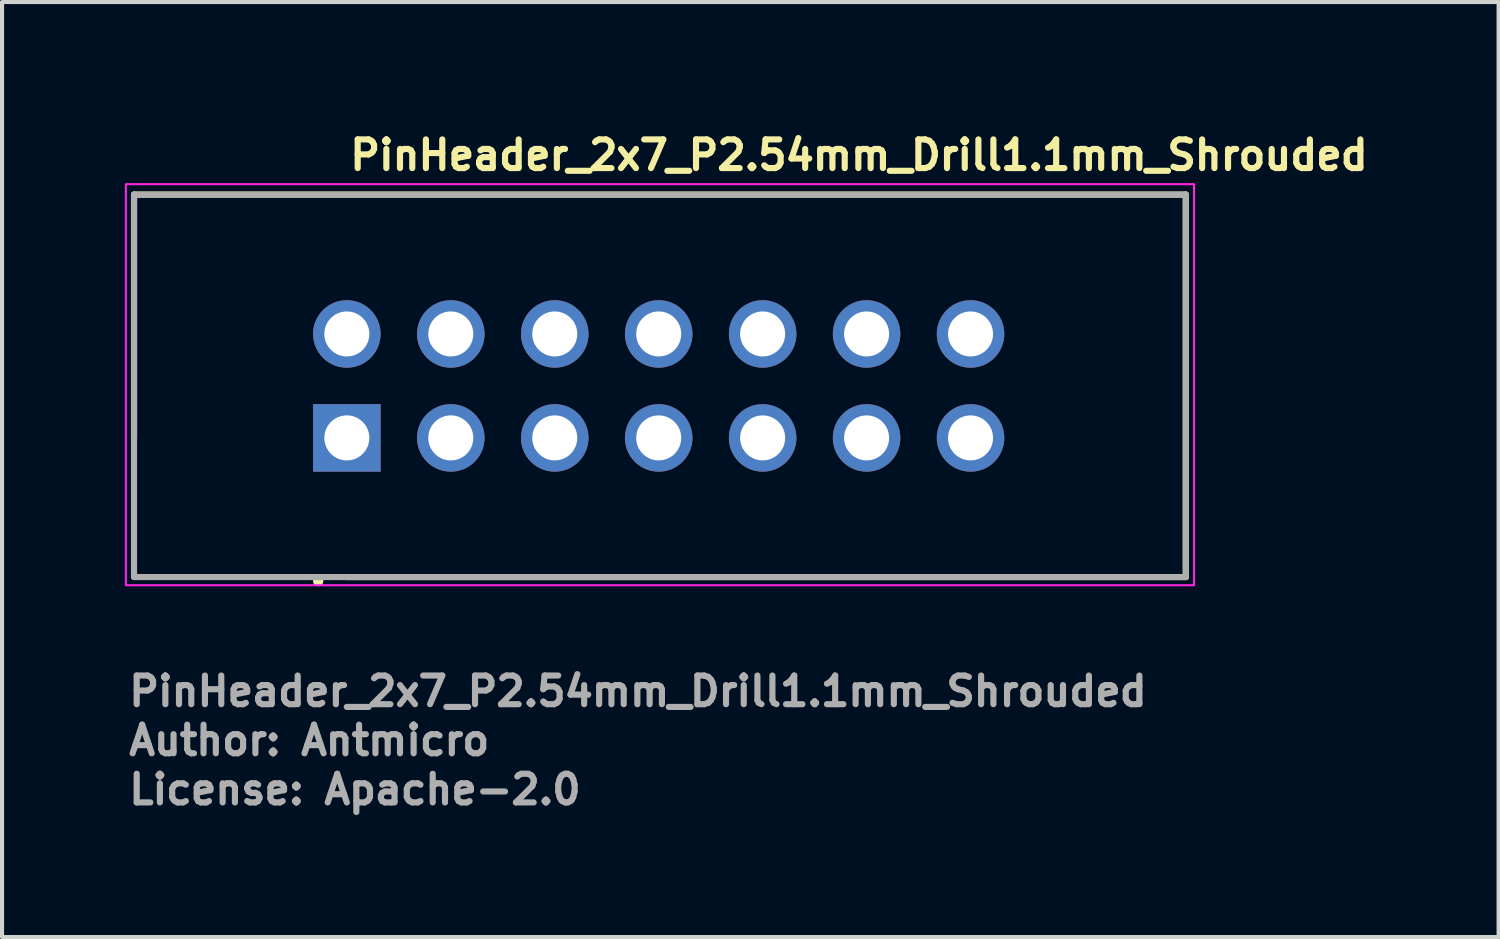
<source format=kicad_pcb>
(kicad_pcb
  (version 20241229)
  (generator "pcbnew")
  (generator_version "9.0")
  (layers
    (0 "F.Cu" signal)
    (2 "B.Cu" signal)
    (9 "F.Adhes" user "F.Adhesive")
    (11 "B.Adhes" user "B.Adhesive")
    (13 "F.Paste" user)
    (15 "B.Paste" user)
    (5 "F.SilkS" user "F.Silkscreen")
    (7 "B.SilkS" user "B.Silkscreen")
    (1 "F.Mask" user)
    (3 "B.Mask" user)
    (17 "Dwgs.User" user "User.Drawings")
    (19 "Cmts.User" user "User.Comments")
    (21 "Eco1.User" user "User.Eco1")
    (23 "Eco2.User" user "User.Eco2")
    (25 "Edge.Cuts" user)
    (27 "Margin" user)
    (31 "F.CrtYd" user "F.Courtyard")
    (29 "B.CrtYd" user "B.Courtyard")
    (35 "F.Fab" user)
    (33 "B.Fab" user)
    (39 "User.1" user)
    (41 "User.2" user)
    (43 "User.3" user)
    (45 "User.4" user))
  (footprint "PinHeader_2x7_P2.54mm_Drill1.1mm_Shrouded"
    (layer "F.Cu")
    (at 5.425 7.65)
    (property "Reference" "PinHeader_2x7_P2.54mm_Drill1.1mm_Shrouded" (at 0 -6.5 0) (layer "F.SilkS") (effects (font (size 0.7 0.7) (thickness 0.15)) (justify left bottom)))
    (attr through_hole)
    (fp_line (start -5.2 -5.945) (end -5.2 0) (stroke (width 0.15) (type solid)) (layer "F.SilkS"))
    (fp_line (start 0 3.4) (end 20.5 3.4) (stroke (width 0.15) (type solid)) (layer "F.SilkS"))
    (fp_line (start 20.5 -5.945) (end -5.2 -5.945) (stroke (width 0.15) (type solid)) (layer "F.SilkS"))
    (fp_line (start 20.5 3.4) (end 20.5 -5.945) (stroke (width 0.15) (type solid)) (layer "F.SilkS"))
    (fp_circle (center -0.7 3.5) (end -0.65 3.5) (stroke (width 0.15) (type solid)) (fill yes) (layer "F.SilkS"))
    (fp_rect (start -5.4 -6.2) (end 20.7 3.6) (stroke (width 0.05) (type solid)) (fill no) (layer "F.CrtYd"))
    (fp_line (start -5.2 -5.945) (end 20.5 -5.945) (stroke (width 0.15) (type solid)) (layer "F.Fab"))
    (fp_line (start -5.2 3.4) (end -5.2 -5.945) (stroke (width 0.15) (type solid)) (layer "F.Fab"))
    (fp_line (start 20.5 -5.945) (end 20.5 3.4) (stroke (width 0.15) (type solid)) (layer "F.Fab"))
    (fp_line (start 20.5 3.4) (end -5.2 3.4) (stroke (width 0.15) (type solid)) (layer "F.Fab"))
    (fp_rect (start -5.1 3.3) (end 20.34 -5.8) (stroke (width 0.1) (type solid)) (fill no) (layer "User.5"))
    (fp_line (start -5.105 -5.815) (end 20.335 -5.815) (stroke (width 0.02) (type solid)) (layer "User.9"))
    (fp_line (start -5.105 3.285) (end -5.105 -5.815) (stroke (width 0.02) (type solid)) (layer "User.9"))
    (fp_line (start -5.105 3.285) (end -1.275 3.285) (stroke (width 0.02) (type solid)) (layer "User.9"))
    (fp_line (start -3.74 -4.45) (end 18.97 -4.45) (stroke (width 0.02) (type solid)) (layer "User.9"))
    (fp_line (start -3.74 1.92) (end -3.74 -4.45) (stroke (width 0.02) (type solid)) (layer "User.9"))
    (fp_line (start -3.74 1.92) (end 18.97 1.92) (stroke (width 0.02) (type solid)) (layer "User.9"))
    (fp_line (start -1.275 3.09) (end 1.265 3.09) (stroke (width 0.02) (type solid)) (layer "User.9"))
    (fp_line (start -1.275 3.285) (end -1.275 3.09) (stroke (width 0.02) (type solid)) (layer "User.9"))
    (fp_line (start -1.275 3.285) (end -0.005 3.285) (stroke (width 0.02) (type solid)) (layer "User.9"))
    (fp_line (start -0.325 -2.855) (end -0.069 -2.599) (stroke (width 0.02) (type solid)) (layer "User.9"))
    (fp_line (start -0.325 -2.855) (end 0.315 -2.855) (stroke (width 0.02) (type solid)) (layer "User.9"))
    (fp_line (start -0.325 -2.215) (end -0.325 -2.855) (stroke (width 0.02) (type solid)) (layer "User.9"))
    (fp_line (start -0.325 -2.215) (end -0.069 -2.471) (stroke (width 0.02) (type solid)) (layer "User.9"))
    (fp_line (start -0.325 -2.215) (end 0.315 -2.215) (stroke (width 0.02) (type solid)) (layer "User.9"))
    (fp_line (start -0.325 -0.315) (end -0.069 -0.059) (stroke (width 0.02) (type solid)) (layer "User.9"))
    (fp_line (start -0.325 -0.315) (end 0.315 -0.315) (stroke (width 0.02) (type solid)) (layer "User.9"))
    (fp_line (start -0.325 0.325) (end -0.325 -0.315) (stroke (width 0.02) (type solid)) (layer "User.9"))
    (fp_line (start -0.325 0.325) (end -0.069 0.069) (stroke (width 0.02) (type solid)) (layer "User.9"))
    (fp_line (start -0.325 0.325) (end 0.315 0.325) (stroke (width 0.02) (type solid)) (layer "User.9"))
    (fp_line (start -0.069 -2.599) (end 0.059 -2.599) (stroke (width 0.02) (type solid)) (layer "User.9"))
    (fp_line (start -0.069 -2.471) (end -0.069 -2.599) (stroke (width 0.02) (type solid)) (layer "User.9"))
    (fp_line (start -0.069 -2.471) (end 0.059 -2.471) (stroke (width 0.02) (type solid)) (layer "User.9"))
    (fp_line (start -0.069 -0.059) (end 0.059 -0.059) (stroke (width 0.02) (type solid)) (layer "User.9"))
    (fp_line (start -0.069 0.069) (end -0.069 -0.059) (stroke (width 0.02) (type solid)) (layer "User.9"))
    (fp_line (start -0.069 0.069) (end 0.059 0.069) (stroke (width 0.02) (type solid)) (layer "User.9"))
    (fp_line (start -0.005 3.285) (end -0.005 3.09) (stroke (width 0.02) (type solid)) (layer "User.9"))
    (fp_line (start 0.059 -2.471) (end 0.059 -2.599) (stroke (width 0.02) (type solid)) (layer "User.9"))
    (fp_line (start 0.059 0.069) (end 0.059 -0.059) (stroke (width 0.02) (type solid)) (layer "User.9"))
    (fp_line (start 0.315 -2.855) (end 0.059 -2.599) (stroke (width 0.02) (type solid)) (layer "User.9"))
    (fp_line (start 0.315 -2.215) (end 0.059 -2.471) (stroke (width 0.02) (type solid)) (layer "User.9"))
    (fp_line (start 0.315 -2.215) (end 0.315 -2.855) (stroke (width 0.02) (type solid)) (layer "User.9"))
    (fp_line (start 0.315 -0.315) (end 0.059 -0.059) (stroke (width 0.02) (type solid)) (layer "User.9"))
    (fp_line (start 0.315 0.325) (end 0.059 0.069) (stroke (width 0.02) (type solid)) (layer "User.9"))
    (fp_line (start 0.315 0.325) (end 0.315 -0.315) (stroke (width 0.02) (type solid)) (layer "User.9"))
    (fp_line (start 1.265 3.285) (end -0.005 3.285) (stroke (width 0.02) (type solid)) (layer "User.9"))
    (fp_line (start 1.265 3.285) (end 1.265 3.09) (stroke (width 0.02) (type solid)) (layer "User.9"))
    (fp_line (start 1.265 3.285) (end 20.335 3.285) (stroke (width 0.02) (type solid)) (layer "User.9"))
    (fp_line (start 2.215 -2.855) (end 2.471 -2.599) (stroke (width 0.02) (type solid)) (layer "User.9"))
    (fp_line (start 2.215 -2.855) (end 2.855 -2.855) (stroke (width 0.02) (type solid)) (layer "User.9"))
    (fp_line (start 2.215 -2.215) (end 2.215 -2.855) (stroke (width 0.02) (type solid)) (layer "User.9"))
    (fp_line (start 2.215 -2.215) (end 2.471 -2.471) (stroke (width 0.02) (type solid)) (layer "User.9"))
    (fp_line (start 2.215 -2.215) (end 2.855 -2.215) (stroke (width 0.02) (type solid)) (layer "User.9"))
    (fp_line (start 2.215 -0.315) (end 2.471 -0.059) (stroke (width 0.02) (type solid)) (layer "User.9"))
    (fp_line (start 2.215 -0.315) (end 2.855 -0.315) (stroke (width 0.02) (type solid)) (layer "User.9"))
    (fp_line (start 2.215 0.325) (end 2.215 -0.315) (stroke (width 0.02) (type solid)) (layer "User.9"))
    (fp_line (start 2.215 0.325) (end 2.471 0.069) (stroke (width 0.02) (type solid)) (layer "User.9"))
    (fp_line (start 2.215 0.325) (end 2.855 0.325) (stroke (width 0.02) (type solid)) (layer "User.9"))
    (fp_line (start 2.471 -2.599) (end 2.599 -2.599) (stroke (width 0.02) (type solid)) (layer "User.9"))
    (fp_line (start 2.471 -2.471) (end 2.471 -2.599) (stroke (width 0.02) (type solid)) (layer "User.9"))
    (fp_line (start 2.471 -2.471) (end 2.599 -2.471) (stroke (width 0.02) (type solid)) (layer "User.9"))
    (fp_line (start 2.471 -0.059) (end 2.599 -0.059) (stroke (width 0.02) (type solid)) (layer "User.9"))
    (fp_line (start 2.471 0.069) (end 2.471 -0.059) (stroke (width 0.02) (type solid)) (layer "User.9"))
    (fp_line (start 2.471 0.069) (end 2.599 0.069) (stroke (width 0.02) (type solid)) (layer "User.9"))
    (fp_line (start 2.599 -2.471) (end 2.599 -2.599) (stroke (width 0.02) (type solid)) (layer "User.9"))
    (fp_line (start 2.599 0.069) (end 2.599 -0.059) (stroke (width 0.02) (type solid)) (layer "User.9"))
    (fp_line (start 2.855 -2.855) (end 2.599 -2.599) (stroke (width 0.02) (type solid)) (layer "User.9"))
    (fp_line (start 2.855 -2.215) (end 2.599 -2.471) (stroke (width 0.02) (type solid)) (layer "User.9"))
    (fp_line (start 2.855 -2.215) (end 2.855 -2.855) (stroke (width 0.02) (type solid)) (layer "User.9"))
    (fp_line (start 2.855 -0.315) (end 2.599 -0.059) (stroke (width 0.02) (type solid)) (layer "User.9"))
    (fp_line (start 2.855 0.325) (end 2.599 0.069) (stroke (width 0.02) (type solid)) (layer "User.9"))
    (fp_line (start 2.855 0.325) (end 2.855 -0.315) (stroke (width 0.02) (type solid)) (layer "User.9"))
    (fp_line (start 4.755 -2.855) (end 5.011 -2.599) (stroke (width 0.02) (type solid)) (layer "User.9"))
    (fp_line (start 4.755 -2.855) (end 5.395 -2.855) (stroke (width 0.02) (type solid)) (layer "User.9"))
    (fp_line (start 4.755 -2.215) (end 4.755 -2.855) (stroke (width 0.02) (type solid)) (layer "User.9"))
    (fp_line (start 4.755 -2.215) (end 5.011 -2.471) (stroke (width 0.02) (type solid)) (layer "User.9"))
    (fp_line (start 4.755 -2.215) (end 5.395 -2.215) (stroke (width 0.02) (type solid)) (layer "User.9"))
    (fp_line (start 4.755 -0.315) (end 5.011 -0.059) (stroke (width 0.02) (type solid)) (layer "User.9"))
    (fp_line (start 4.755 -0.315) (end 5.395 -0.315) (stroke (width 0.02) (type solid)) (layer "User.9"))
    (fp_line (start 4.755 0.325) (end 4.755 -0.315) (stroke (width 0.02) (type solid)) (layer "User.9"))
    (fp_line (start 4.755 0.325) (end 5.011 0.069) (stroke (width 0.02) (type solid)) (layer "User.9"))
    (fp_line (start 4.755 0.325) (end 5.395 0.325) (stroke (width 0.02) (type solid)) (layer "User.9"))
    (fp_line (start 5.011 -2.599) (end 5.139 -2.599) (stroke (width 0.02) (type solid)) (layer "User.9"))
    (fp_line (start 5.011 -2.471) (end 5.011 -2.599) (stroke (width 0.02) (type solid)) (layer "User.9"))
    (fp_line (start 5.011 -2.471) (end 5.139 -2.471) (stroke (width 0.02) (type solid)) (layer "User.9"))
    (fp_line (start 5.011 -0.059) (end 5.139 -0.059) (stroke (width 0.02) (type solid)) (layer "User.9"))
    (fp_line (start 5.011 0.069) (end 5.011 -0.059) (stroke (width 0.02) (type solid)) (layer "User.9"))
    (fp_line (start 5.011 0.069) (end 5.139 0.069) (stroke (width 0.02) (type solid)) (layer "User.9"))
    (fp_line (start 5.139 -2.471) (end 5.139 -2.599) (stroke (width 0.02) (type solid)) (layer "User.9"))
    (fp_line (start 5.139 0.069) (end 5.139 -0.059) (stroke (width 0.02) (type solid)) (layer "User.9"))
    (fp_line (start 5.395 -2.855) (end 5.139 -2.599) (stroke (width 0.02) (type solid)) (layer "User.9"))
    (fp_line (start 5.395 -2.215) (end 5.139 -2.471) (stroke (width 0.02) (type solid)) (layer "User.9"))
    (fp_line (start 5.395 -2.215) (end 5.395 -2.855) (stroke (width 0.02) (type solid)) (layer "User.9"))
    (fp_line (start 5.395 -0.315) (end 5.139 -0.059) (stroke (width 0.02) (type solid)) (layer "User.9"))
    (fp_line (start 5.395 0.325) (end 5.139 0.069) (stroke (width 0.02) (type solid)) (layer "User.9"))
    (fp_line (start 5.395 0.325) (end 5.395 -0.315) (stroke (width 0.02) (type solid)) (layer "User.9"))
    (fp_line (start 7.295 -2.855) (end 7.551 -2.599) (stroke (width 0.02) (type solid)) (layer "User.9"))
    (fp_line (start 7.295 -2.855) (end 7.935 -2.855) (stroke (width 0.02) (type solid)) (layer "User.9"))
    (fp_line (start 7.295 -2.215) (end 7.295 -2.855) (stroke (width 0.02) (type solid)) (layer "User.9"))
    (fp_line (start 7.295 -2.215) (end 7.551 -2.471) (stroke (width 0.02) (type solid)) (layer "User.9"))
    (fp_line (start 7.295 -2.215) (end 7.935 -2.215) (stroke (width 0.02) (type solid)) (layer "User.9"))
    (fp_line (start 7.295 -0.315) (end 7.551 -0.059) (stroke (width 0.02) (type solid)) (layer "User.9"))
    (fp_line (start 7.295 -0.315) (end 7.935 -0.315) (stroke (width 0.02) (type solid)) (layer "User.9"))
    (fp_line (start 7.295 0.325) (end 7.295 -0.315) (stroke (width 0.02) (type solid)) (layer "User.9"))
    (fp_line (start 7.295 0.325) (end 7.551 0.069) (stroke (width 0.02) (type solid)) (layer "User.9"))
    (fp_line (start 7.295 0.325) (end 7.935 0.325) (stroke (width 0.02) (type solid)) (layer "User.9"))
    (fp_line (start 7.551 -2.599) (end 7.679 -2.599) (stroke (width 0.02) (type solid)) (layer "User.9"))
    (fp_line (start 7.551 -2.471) (end 7.551 -2.599) (stroke (width 0.02) (type solid)) (layer "User.9"))
    (fp_line (start 7.551 -2.471) (end 7.679 -2.471) (stroke (width 0.02) (type solid)) (layer "User.9"))
    (fp_line (start 7.551 -0.059) (end 7.679 -0.059) (stroke (width 0.02) (type solid)) (layer "User.9"))
    (fp_line (start 7.551 0.069) (end 7.551 -0.059) (stroke (width 0.02) (type solid)) (layer "User.9"))
    (fp_line (start 7.551 0.069) (end 7.679 0.069) (stroke (width 0.02) (type solid)) (layer "User.9"))
    (fp_line (start 7.679 -2.471) (end 7.679 -2.599) (stroke (width 0.02) (type solid)) (layer "User.9"))
    (fp_line (start 7.679 0.069) (end 7.679 -0.059) (stroke (width 0.02) (type solid)) (layer "User.9"))
    (fp_line (start 7.935 -2.855) (end 7.679 -2.599) (stroke (width 0.02) (type solid)) (layer "User.9"))
    (fp_line (start 7.935 -2.215) (end 7.679 -2.471) (stroke (width 0.02) (type solid)) (layer "User.9"))
    (fp_line (start 7.935 -2.215) (end 7.935 -2.855) (stroke (width 0.02) (type solid)) (layer "User.9"))
    (fp_line (start 7.935 -0.315) (end 7.679 -0.059) (stroke (width 0.02) (type solid)) (layer "User.9"))
    (fp_line (start 7.935 0.325) (end 7.679 0.069) (stroke (width 0.02) (type solid)) (layer "User.9"))
    (fp_line (start 7.935 0.325) (end 7.935 -0.315) (stroke (width 0.02) (type solid)) (layer "User.9"))
    (fp_line (start 9.835 -2.855) (end 10.091 -2.599) (stroke (width 0.02) (type solid)) (layer "User.9"))
    (fp_line (start 9.835 -2.855) (end 10.475 -2.855) (stroke (width 0.02) (type solid)) (layer "User.9"))
    (fp_line (start 9.835 -2.215) (end 9.835 -2.855) (stroke (width 0.02) (type solid)) (layer "User.9"))
    (fp_line (start 9.835 -2.215) (end 10.091 -2.471) (stroke (width 0.02) (type solid)) (layer "User.9"))
    (fp_line (start 9.835 -2.215) (end 10.475 -2.215) (stroke (width 0.02) (type solid)) (layer "User.9"))
    (fp_line (start 9.835 -0.315) (end 10.091 -0.059) (stroke (width 0.02) (type solid)) (layer "User.9"))
    (fp_line (start 9.835 -0.315) (end 10.475 -0.315) (stroke (width 0.02) (type solid)) (layer "User.9"))
    (fp_line (start 9.835 0.325) (end 9.835 -0.315) (stroke (width 0.02) (type solid)) (layer "User.9"))
    (fp_line (start 9.835 0.325) (end 10.091 0.069) (stroke (width 0.02) (type solid)) (layer "User.9"))
    (fp_line (start 9.835 0.325) (end 10.475 0.325) (stroke (width 0.02) (type solid)) (layer "User.9"))
    (fp_line (start 10.091 -2.599) (end 10.219 -2.599) (stroke (width 0.02) (type solid)) (layer "User.9"))
    (fp_line (start 10.091 -2.471) (end 10.091 -2.599) (stroke (width 0.02) (type solid)) (layer "User.9"))
    (fp_line (start 10.091 -2.471) (end 10.219 -2.471) (stroke (width 0.02) (type solid)) (layer "User.9"))
    (fp_line (start 10.091 -0.059) (end 10.219 -0.059) (stroke (width 0.02) (type solid)) (layer "User.9"))
    (fp_line (start 10.091 0.069) (end 10.091 -0.059) (stroke (width 0.02) (type solid)) (layer "User.9"))
    (fp_line (start 10.091 0.069) (end 10.219 0.069) (stroke (width 0.02) (type solid)) (layer "User.9"))
    (fp_line (start 10.219 -2.471) (end 10.219 -2.599) (stroke (width 0.02) (type solid)) (layer "User.9"))
    (fp_line (start 10.219 0.069) (end 10.219 -0.059) (stroke (width 0.02) (type solid)) (layer "User.9"))
    (fp_line (start 10.475 -2.855) (end 10.219 -2.599) (stroke (width 0.02) (type solid)) (layer "User.9"))
    (fp_line (start 10.475 -2.215) (end 10.219 -2.471) (stroke (width 0.02) (type solid)) (layer "User.9"))
    (fp_line (start 10.475 -2.215) (end 10.475 -2.855) (stroke (width 0.02) (type solid)) (layer "User.9"))
    (fp_line (start 10.475 -0.315) (end 10.219 -0.059) (stroke (width 0.02) (type solid)) (layer "User.9"))
    (fp_line (start 10.475 0.325) (end 10.219 0.069) (stroke (width 0.02) (type solid)) (layer "User.9"))
    (fp_line (start 10.475 0.325) (end 10.475 -0.315) (stroke (width 0.02) (type solid)) (layer "User.9"))
    (fp_line (start 12.375 -2.855) (end 12.631 -2.599) (stroke (width 0.02) (type solid)) (layer "User.9"))
    (fp_line (start 12.375 -2.855) (end 13.015 -2.855) (stroke (width 0.02) (type solid)) (layer "User.9"))
    (fp_line (start 12.375 -2.215) (end 12.375 -2.855) (stroke (width 0.02) (type solid)) (layer "User.9"))
    (fp_line (start 12.375 -2.215) (end 12.631 -2.471) (stroke (width 0.02) (type solid)) (layer "User.9"))
    (fp_line (start 12.375 -2.215) (end 13.015 -2.215) (stroke (width 0.02) (type solid)) (layer "User.9"))
    (fp_line (start 12.375 -0.315) (end 12.631 -0.059) (stroke (width 0.02) (type solid)) (layer "User.9"))
    (fp_line (start 12.375 -0.315) (end 13.015 -0.315) (stroke (width 0.02) (type solid)) (layer "User.9"))
    (fp_line (start 12.375 0.325) (end 12.375 -0.315) (stroke (width 0.02) (type solid)) (layer "User.9"))
    (fp_line (start 12.375 0.325) (end 12.631 0.069) (stroke (width 0.02) (type solid)) (layer "User.9"))
    (fp_line (start 12.375 0.325) (end 13.015 0.325) (stroke (width 0.02) (type solid)) (layer "User.9"))
    (fp_line (start 12.631 -2.599) (end 12.759 -2.599) (stroke (width 0.02) (type solid)) (layer "User.9"))
    (fp_line (start 12.631 -2.471) (end 12.631 -2.599) (stroke (width 0.02) (type solid)) (layer "User.9"))
    (fp_line (start 12.631 -2.471) (end 12.759 -2.471) (stroke (width 0.02) (type solid)) (layer "User.9"))
    (fp_line (start 12.631 -0.059) (end 12.759 -0.059) (stroke (width 0.02) (type solid)) (layer "User.9"))
    (fp_line (start 12.631 0.069) (end 12.631 -0.059) (stroke (width 0.02) (type solid)) (layer "User.9"))
    (fp_line (start 12.631 0.069) (end 12.759 0.069) (stroke (width 0.02) (type solid)) (layer "User.9"))
    (fp_line (start 12.759 -2.471) (end 12.759 -2.599) (stroke (width 0.02) (type solid)) (layer "User.9"))
    (fp_line (start 12.759 0.069) (end 12.759 -0.059) (stroke (width 0.02) (type solid)) (layer "User.9"))
    (fp_line (start 13.015 -2.855) (end 12.759 -2.599) (stroke (width 0.02) (type solid)) (layer "User.9"))
    (fp_line (start 13.015 -2.215) (end 12.759 -2.471) (stroke (width 0.02) (type solid)) (layer "User.9"))
    (fp_line (start 13.015 -2.215) (end 13.015 -2.855) (stroke (width 0.02) (type solid)) (layer "User.9"))
    (fp_line (start 13.015 -0.315) (end 12.759 -0.059) (stroke (width 0.02) (type solid)) (layer "User.9"))
    (fp_line (start 13.015 0.325) (end 12.759 0.069) (stroke (width 0.02) (type solid)) (layer "User.9"))
    (fp_line (start 13.015 0.325) (end 13.015 -0.315) (stroke (width 0.02) (type solid)) (layer "User.9"))
    (fp_line (start 14.915 -2.855) (end 15.171 -2.599) (stroke (width 0.02) (type solid)) (layer "User.9"))
    (fp_line (start 14.915 -2.855) (end 15.555 -2.855) (stroke (width 0.02) (type solid)) (layer "User.9"))
    (fp_line (start 14.915 -2.215) (end 14.915 -2.855) (stroke (width 0.02) (type solid)) (layer "User.9"))
    (fp_line (start 14.915 -2.215) (end 15.171 -2.471) (stroke (width 0.02) (type solid)) (layer "User.9"))
    (fp_line (start 14.915 -2.215) (end 15.555 -2.215) (stroke (width 0.02) (type solid)) (layer "User.9"))
    (fp_line (start 14.915 -0.315) (end 15.171 -0.059) (stroke (width 0.02) (type solid)) (layer "User.9"))
    (fp_line (start 14.915 -0.315) (end 15.555 -0.315) (stroke (width 0.02) (type solid)) (layer "User.9"))
    (fp_line (start 14.915 0.325) (end 14.915 -0.315) (stroke (width 0.02) (type solid)) (layer "User.9"))
    (fp_line (start 14.915 0.325) (end 15.171 0.069) (stroke (width 0.02) (type solid)) (layer "User.9"))
    (fp_line (start 14.915 0.325) (end 15.555 0.325) (stroke (width 0.02) (type solid)) (layer "User.9"))
    (fp_line (start 15.171 -2.599) (end 15.299 -2.599) (stroke (width 0.02) (type solid)) (layer "User.9"))
    (fp_line (start 15.171 -2.471) (end 15.171 -2.599) (stroke (width 0.02) (type solid)) (layer "User.9"))
    (fp_line (start 15.171 -2.471) (end 15.299 -2.471) (stroke (width 0.02) (type solid)) (layer "User.9"))
    (fp_line (start 15.171 -0.059) (end 15.299 -0.059) (stroke (width 0.02) (type solid)) (layer "User.9"))
    (fp_line (start 15.171 0.069) (end 15.171 -0.059) (stroke (width 0.02) (type solid)) (layer "User.9"))
    (fp_line (start 15.171 0.069) (end 15.299 0.069) (stroke (width 0.02) (type solid)) (layer "User.9"))
    (fp_line (start 15.299 -2.471) (end 15.299 -2.599) (stroke (width 0.02) (type solid)) (layer "User.9"))
    (fp_line (start 15.299 0.069) (end 15.299 -0.059) (stroke (width 0.02) (type solid)) (layer "User.9"))
    (fp_line (start 15.555 -2.855) (end 15.299 -2.599) (stroke (width 0.02) (type solid)) (layer "User.9"))
    (fp_line (start 15.555 -2.215) (end 15.299 -2.471) (stroke (width 0.02) (type solid)) (layer "User.9"))
    (fp_line (start 15.555 -2.215) (end 15.555 -2.855) (stroke (width 0.02) (type solid)) (layer "User.9"))
    (fp_line (start 15.555 -0.315) (end 15.299 -0.059) (stroke (width 0.02) (type solid)) (layer "User.9"))
    (fp_line (start 15.555 0.325) (end 15.299 0.069) (stroke (width 0.02) (type solid)) (layer "User.9"))
    (fp_line (start 15.555 0.325) (end 15.555 -0.315) (stroke (width 0.02) (type solid)) (layer "User.9"))
    (fp_line (start 18.97 1.92) (end 18.97 -4.45) (stroke (width 0.02) (type solid)) (layer "User.9"))
    (fp_line (start 20.335 3.285) (end 20.335 -5.815) (stroke (width 0.02) (type solid)) (layer "User.9"))
    (fp_text user "Author: Antmicro" (at -5.4 7.8 0) (layer "F.Fab") (effects (font (size 0.7 0.7) (thickness 0.15)) (justify left bottom)))
    (fp_text user "License: Apache-2.0" (at -5.4 9 0) (layer "F.Fab") (effects (font (size 0.7 0.7) (thickness 0.15)) (justify left bottom)))
    (fp_text user "${REFERENCE}" (at -5.4 6.6 0) (layer "F.Fab") (effects (font (size 0.7 0.7) (thickness 0.15)) (justify left bottom)))
    (pad "1" thru_hole rect (at 0 0) (size 1.65 1.65) (drill 1.1) (layers "*.Cu" "*.Mask"))
    (pad "2" thru_hole circle (at 0 -2.54) (size 1.65 1.65) (drill 1.1) (layers "*.Cu" "*.Mask"))
    (pad "3" thru_hole circle (at 2.54 0) (size 1.65 1.65) (drill 1.1) (layers "*.Cu" "*.Mask"))
    (pad "4" thru_hole circle (at 2.54 -2.54) (size 1.65 1.65) (drill 1.1) (layers "*.Cu" "*.Mask"))
    (pad "5" thru_hole circle (at 5.08 0) (size 1.65 1.65) (drill 1.1) (layers "*.Cu" "*.Mask"))
    (pad "6" thru_hole circle (at 5.08 -2.54) (size 1.65 1.65) (drill 1.1) (layers "*.Cu" "*.Mask"))
    (pad "7" thru_hole circle (at 7.62 0) (size 1.65 1.65) (drill 1.1) (layers "*.Cu" "*.Mask"))
    (pad "8" thru_hole circle (at 7.62 -2.54) (size 1.65 1.65) (drill 1.1) (layers "*.Cu" "*.Mask"))
    (pad "9" thru_hole circle (at 10.16 0) (size 1.65 1.65) (drill 1.1) (layers "*.Cu" "*.Mask"))
    (pad "10" thru_hole circle (at 10.16 -2.54) (size 1.65 1.65) (drill 1.1) (layers "*.Cu" "*.Mask"))
    (pad "11" thru_hole circle (at 12.7 0) (size 1.65 1.65) (drill 1.1) (layers "*.Cu" "*.Mask"))
    (pad "12" thru_hole circle (at 12.7 -2.54) (size 1.65 1.65) (drill 1.1) (layers "*.Cu" "*.Mask"))
    (pad "13" thru_hole circle (at 15.24 0) (size 1.65 1.65) (drill 1.1) (layers "*.Cu" "*.Mask"))
    (pad "14" thru_hole circle (at 15.24 -2.54) (size 1.65 1.65) (drill 1.1) (layers "*.Cu" "*.Mask")))
  (gr_rect
    (start -3 -3)
    (end 33.568 19.846)
    (stroke (width 0.1) (type default))
    (fill no)
    (layer "Edge.Cuts")))
</source>
